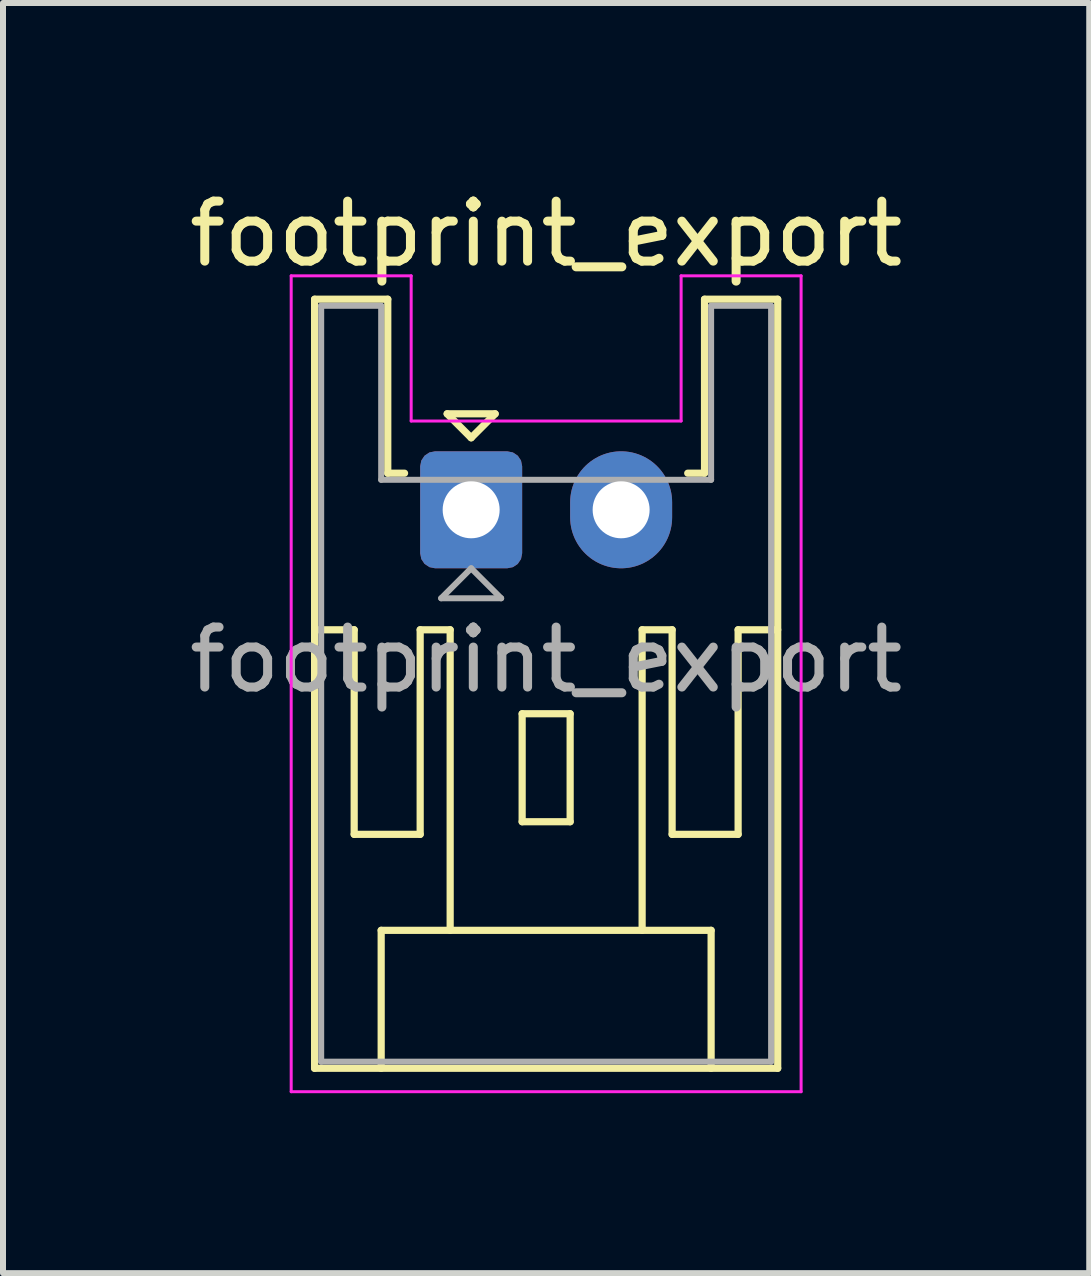
<source format=kicad_pcb>
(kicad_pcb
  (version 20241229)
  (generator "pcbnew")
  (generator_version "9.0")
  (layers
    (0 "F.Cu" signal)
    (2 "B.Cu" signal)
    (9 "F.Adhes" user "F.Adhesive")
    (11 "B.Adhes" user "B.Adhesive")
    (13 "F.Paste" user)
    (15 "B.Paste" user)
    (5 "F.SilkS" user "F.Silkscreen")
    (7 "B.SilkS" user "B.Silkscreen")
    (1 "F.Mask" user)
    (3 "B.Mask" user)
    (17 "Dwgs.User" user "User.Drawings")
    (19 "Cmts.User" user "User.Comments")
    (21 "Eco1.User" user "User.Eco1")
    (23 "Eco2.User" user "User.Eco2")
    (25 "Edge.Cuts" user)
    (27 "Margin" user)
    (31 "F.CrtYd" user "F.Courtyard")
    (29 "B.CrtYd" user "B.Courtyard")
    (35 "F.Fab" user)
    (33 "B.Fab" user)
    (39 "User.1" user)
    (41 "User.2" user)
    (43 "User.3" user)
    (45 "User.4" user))
  (footprint "footprint_export"
    (layer "F.Cu")
    (at 4.804 5.448)
    (property "Reference" "footprint_export" (at 1.25 -4.6 0) (layer "F.SilkS") (effects (font (size 1 1) (thickness 0.15))))
    (attr through_hole)
    (fp_line (start -2.61 -3.51) (end -2.61 9.31) (stroke (width 0.12) (type solid)) (layer "F.SilkS"))
    (fp_line (start -2.61 9.31) (end 5.11 9.31) (stroke (width 0.12) (type solid)) (layer "F.SilkS"))
    (fp_line (start -1.95 2) (end -2.61 2) (stroke (width 0.12) (type solid)) (layer "F.SilkS"))
    (fp_line (start -1.95 5.41) (end -1.95 2) (stroke (width 0.12) (type solid)) (layer "F.SilkS"))
    (fp_line (start -1.5 7.01) (end 4 7.01) (stroke (width 0.12) (type solid)) (layer "F.SilkS"))
    (fp_line (start -1.5 9.31) (end -1.5 7.01) (stroke (width 0.12) (type solid)) (layer "F.SilkS"))
    (fp_line (start -1.39 -3.51) (end -2.61 -3.51) (stroke (width 0.12) (type solid)) (layer "F.SilkS"))
    (fp_line (start -1.39 -0.61) (end -1.39 -3.51) (stroke (width 0.12) (type solid)) (layer "F.SilkS"))
    (fp_line (start -1.11 -0.61) (end -1.39 -0.61) (stroke (width 0.12) (type solid)) (layer "F.SilkS"))
    (fp_line (start -0.85 2) (end -0.85 5.41) (stroke (width 0.12) (type solid)) (layer "F.SilkS"))
    (fp_line (start -0.85 5.41) (end -1.95 5.41) (stroke (width 0.12) (type solid)) (layer "F.SilkS"))
    (fp_line (start -0.4 -1.6) (end 0.4 -1.6) (stroke (width 0.12) (type solid)) (layer "F.SilkS"))
    (fp_line (start -0.35 2) (end -0.85 2) (stroke (width 0.12) (type solid)) (layer "F.SilkS"))
    (fp_line (start -0.35 7.01) (end -0.35 2) (stroke (width 0.12) (type solid)) (layer "F.SilkS"))
    (fp_line (start 0 -1.2) (end -0.4 -1.6) (stroke (width 0.12) (type solid)) (layer "F.SilkS"))
    (fp_line (start 0.4 -1.6) (end 0 -1.2) (stroke (width 0.12) (type solid)) (layer "F.SilkS"))
    (fp_line (start 0.85 3.4) (end 1.65 3.4) (stroke (width 0.12) (type solid)) (layer "F.SilkS"))
    (fp_line (start 0.85 5.2) (end 0.85 3.4) (stroke (width 0.12) (type solid)) (layer "F.SilkS"))
    (fp_line (start 1.65 3.4) (end 1.65 5.2) (stroke (width 0.12) (type solid)) (layer "F.SilkS"))
    (fp_line (start 1.65 5.2) (end 0.85 5.2) (stroke (width 0.12) (type solid)) (layer "F.SilkS"))
    (fp_line (start 2.85 2) (end 3.35 2) (stroke (width 0.12) (type solid)) (layer "F.SilkS"))
    (fp_line (start 2.85 7.01) (end 2.85 2) (stroke (width 0.12) (type solid)) (layer "F.SilkS"))
    (fp_line (start 3.35 2) (end 3.35 5.41) (stroke (width 0.12) (type solid)) (layer "F.SilkS"))
    (fp_line (start 3.35 5.41) (end 4.45 5.41) (stroke (width 0.12) (type solid)) (layer "F.SilkS"))
    (fp_line (start 3.89 -3.51) (end 3.89 -0.61) (stroke (width 0.12) (type solid)) (layer "F.SilkS"))
    (fp_line (start 3.89 -0.61) (end 3.61 -0.61) (stroke (width 0.12) (type solid)) (layer "F.SilkS"))
    (fp_line (start 4 7.01) (end 4 9.31) (stroke (width 0.12) (type solid)) (layer "F.SilkS"))
    (fp_line (start 4.45 2) (end 5.11 2) (stroke (width 0.12) (type solid)) (layer "F.SilkS"))
    (fp_line (start 4.45 5.41) (end 4.45 2) (stroke (width 0.12) (type solid)) (layer "F.SilkS"))
    (fp_line (start 5.11 -3.51) (end 3.89 -3.51) (stroke (width 0.12) (type solid)) (layer "F.SilkS"))
    (fp_line (start 5.11 9.31) (end 5.11 -3.51) (stroke (width 0.12) (type solid)) (layer "F.SilkS"))
    (fp_line (start -3 -3.9) (end -3 9.7) (stroke (width 0.05) (type solid)) (layer "F.CrtYd"))
    (fp_line (start -3 9.7) (end 5.5 9.7) (stroke (width 0.05) (type solid)) (layer "F.CrtYd"))
    (fp_line (start -1 -3.9) (end -3 -3.9) (stroke (width 0.05) (type solid)) (layer "F.CrtYd"))
    (fp_line (start -1 -1.48) (end -1 -3.9) (stroke (width 0.05) (type solid)) (layer "F.CrtYd"))
    (fp_line (start 3.5 -3.9) (end 3.5 -1.48) (stroke (width 0.05) (type solid)) (layer "F.CrtYd"))
    (fp_line (start 3.5 -1.48) (end -1 -1.48) (stroke (width 0.05) (type solid)) (layer "F.CrtYd"))
    (fp_line (start 5.5 -3.9) (end 3.5 -3.9) (stroke (width 0.05) (type solid)) (layer "F.CrtYd"))
    (fp_line (start 5.5 9.7) (end 5.5 -3.9) (stroke (width 0.05) (type solid)) (layer "F.CrtYd"))
    (fp_line (start -2.5 -3.4) (end -2.5 9.2) (stroke (width 0.1) (type solid)) (layer "F.Fab"))
    (fp_line (start -2.5 9.2) (end 5 9.2) (stroke (width 0.1) (type solid)) (layer "F.Fab"))
    (fp_line (start -1.5 -3.4) (end -2.5 -3.4) (stroke (width 0.1) (type solid)) (layer "F.Fab"))
    (fp_line (start -1.5 -0.5) (end -1.5 -3.4) (stroke (width 0.1) (type solid)) (layer "F.Fab"))
    (fp_line (start -0.5 1.475) (end 0.5 1.475) (stroke (width 0.1) (type solid)) (layer "F.Fab"))
    (fp_line (start 0 0.975) (end -0.5 1.475) (stroke (width 0.1) (type solid)) (layer "F.Fab"))
    (fp_line (start 0.5 1.475) (end 0 0.975) (stroke (width 0.1) (type solid)) (layer "F.Fab"))
    (fp_line (start 4 -3.4) (end 4 -0.5) (stroke (width 0.1) (type solid)) (layer "F.Fab"))
    (fp_line (start 4 -0.5) (end -1.5 -0.5) (stroke (width 0.1) (type solid)) (layer "F.Fab"))
    (fp_line (start 5 -3.4) (end 4 -3.4) (stroke (width 0.1) (type solid)) (layer "F.Fab"))
    (fp_line (start 5 9.2) (end 5 -3.4) (stroke (width 0.1) (type solid)) (layer "F.Fab"))
    (fp_text user "${REFERENCE}" (at 1.25 2.5 0) (layer "F.Fab") (effects (font (size 1 1) (thickness 0.15))))
    (pad "1" thru_hole roundrect (at 0 0) (size 1.7 1.95) (drill 0.95) (layers "*.Cu" "*.Mask") (roundrect_rratio 0.147))
    (pad "2" thru_hole oval (at 2.5 0) (size 1.7 1.95) (drill 0.95) (layers "*.Cu" "*.Mask")))
  (gr_rect
    (start -3 -3)
    (end 15.107 18.173)
    (stroke (width 0.1) (type default))
    (fill no)
    (layer "Edge.Cuts")))
</source>
